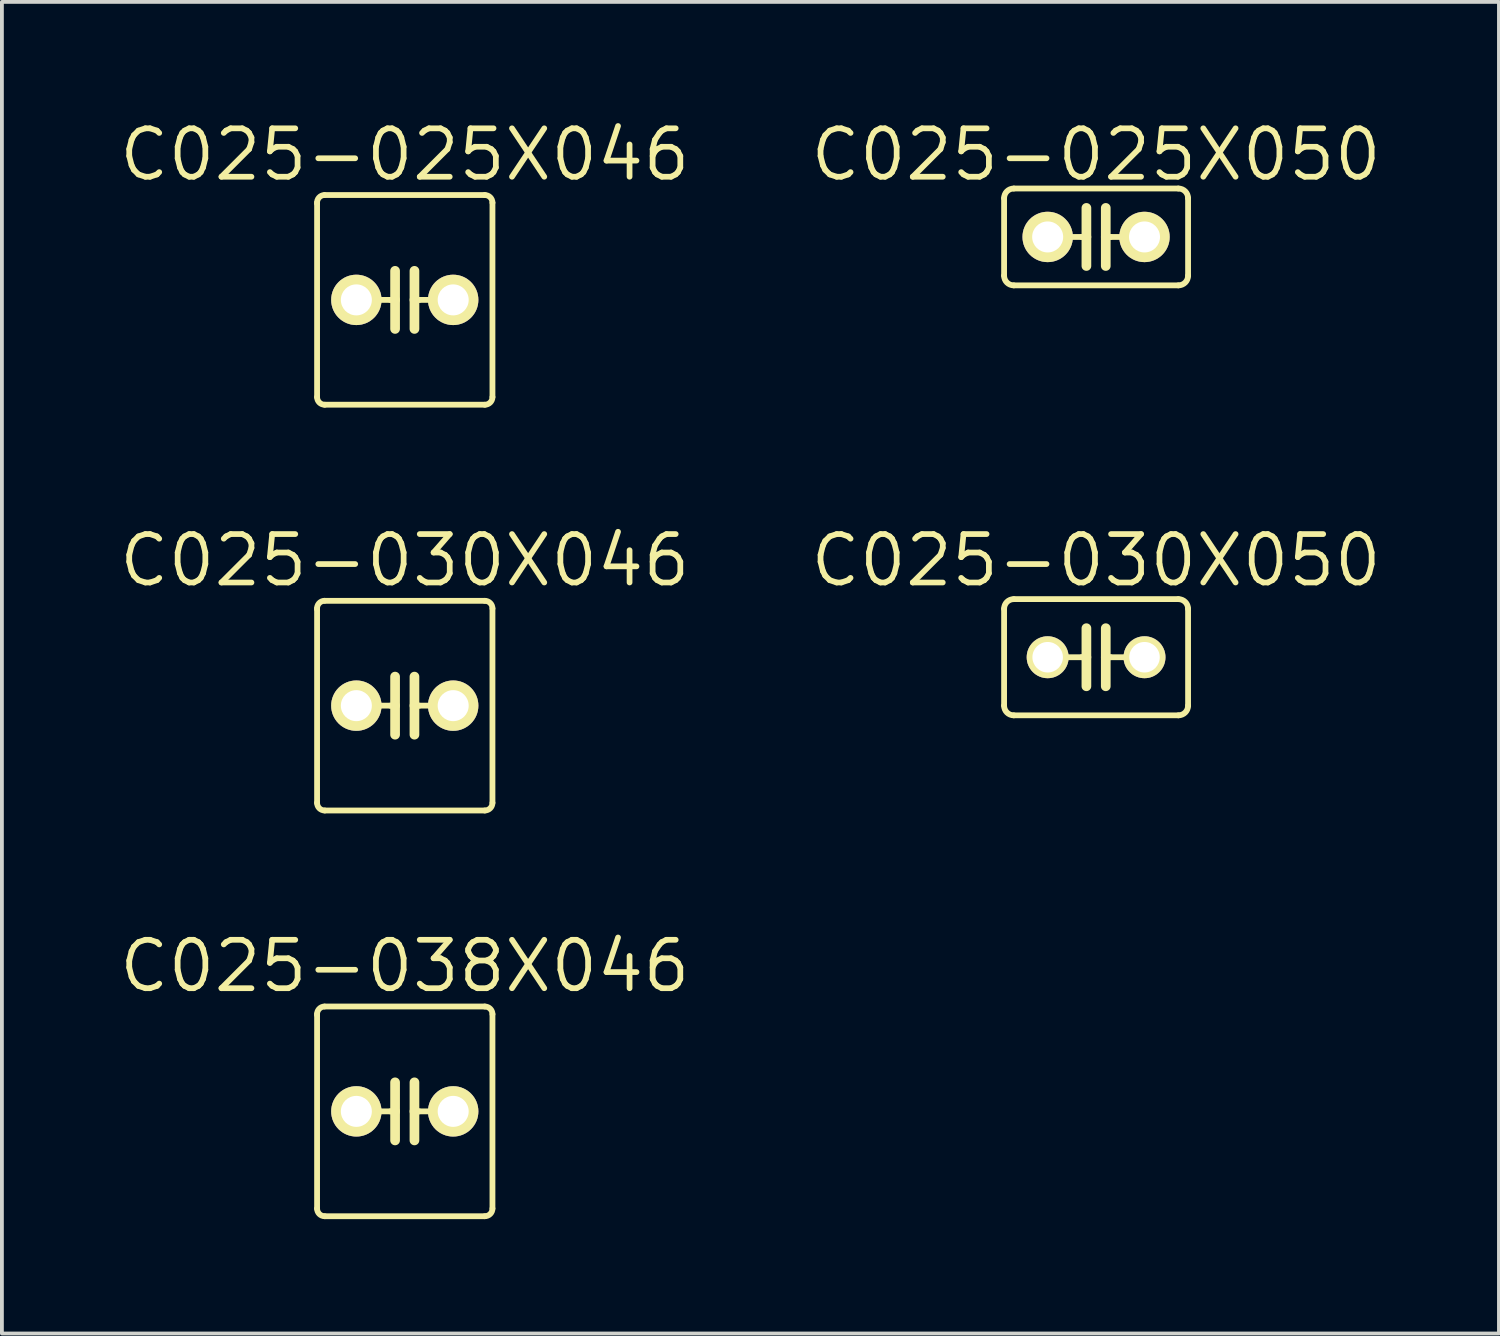
<source format=kicad_pcb>
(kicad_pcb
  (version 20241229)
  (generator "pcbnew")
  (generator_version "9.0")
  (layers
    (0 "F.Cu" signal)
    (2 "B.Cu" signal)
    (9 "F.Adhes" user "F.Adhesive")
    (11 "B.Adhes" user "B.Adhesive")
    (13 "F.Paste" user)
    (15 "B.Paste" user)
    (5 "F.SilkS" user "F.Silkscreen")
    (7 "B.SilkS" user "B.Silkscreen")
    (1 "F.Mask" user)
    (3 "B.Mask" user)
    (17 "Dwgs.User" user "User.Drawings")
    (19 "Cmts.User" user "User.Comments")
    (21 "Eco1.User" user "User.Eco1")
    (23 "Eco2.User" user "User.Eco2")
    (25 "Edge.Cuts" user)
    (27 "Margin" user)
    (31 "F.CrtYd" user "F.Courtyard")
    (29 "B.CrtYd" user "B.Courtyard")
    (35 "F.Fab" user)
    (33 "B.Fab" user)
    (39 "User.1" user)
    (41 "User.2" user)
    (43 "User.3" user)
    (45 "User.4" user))
  (footprint "C025-030X050"
    (layer "F.Cu")
    (at 25.7 14.189)
    (property "Reference" "C025-030X050" (at 0 -2.54 0) (layer "F.SilkS") (effects (font (size 1.27 1.27) (thickness 0.15))))
    (attr exclude_from_pos_files exclude_from_bom)
    (fp_line (start -2.413 -1.27) (end -2.413 1.27) (stroke (width 0.152) (type solid)) (layer "F.SilkS"))
    (fp_line (start -2.159 -1.524) (end 2.159 -1.524) (stroke (width 0.152) (type solid)) (layer "F.SilkS"))
    (fp_line (start -0.381 0) (end -0.762 0) (stroke (width 0.152) (type solid)) (layer "F.SilkS"))
    (fp_line (start -0.254 -0.762) (end -0.254 0) (stroke (width 0.254) (type solid)) (layer "F.SilkS"))
    (fp_line (start -0.254 0) (end -0.381 0) (stroke (width 0.152) (type solid)) (layer "F.SilkS"))
    (fp_line (start -0.254 0) (end -0.254 0.762) (stroke (width 0.254) (type solid)) (layer "F.SilkS"))
    (fp_line (start 0.254 0) (end 0.254 -0.762) (stroke (width 0.254) (type solid)) (layer "F.SilkS"))
    (fp_line (start 0.254 0) (end 0.254 0.762) (stroke (width 0.254) (type solid)) (layer "F.SilkS"))
    (fp_line (start 0.381 0) (end 0.254 0) (stroke (width 0.152) (type solid)) (layer "F.SilkS"))
    (fp_line (start 0.762 0) (end 0.381 0) (stroke (width 0.152) (type solid)) (layer "F.SilkS"))
    (fp_line (start 2.159 1.524) (end -2.159 1.524) (stroke (width 0.152) (type solid)) (layer "F.SilkS"))
    (fp_line (start 2.413 -1.27) (end 2.413 1.27) (stroke (width 0.152) (type solid)) (layer "F.SilkS"))
    (fp_arc (start -2.413 -1.27) (mid -2.338605 -1.449605) (end -2.159 -1.524) (stroke (width 0.1524) (type solid)) (layer "F.SilkS"))
    (fp_arc (start -2.159 1.524) (mid -2.338605 1.449605) (end -2.413 1.27) (stroke (width 0.1524) (type solid)) (layer "F.SilkS"))
    (fp_arc (start 2.159 -1.524) (mid 2.338605 -1.449605) (end 2.413 -1.27) (stroke (width 0.1524) (type solid)) (layer "F.SilkS"))
    (fp_arc (start 2.413 1.27) (mid 2.338605 1.449605) (end 2.159 1.524) (stroke (width 0.1524) (type solid)) (layer "F.SilkS"))
    (pad "1" thru_hole circle (at -1.27 0) (size 1.1 1.1) (drill 0.8) (layers "*.Cu" "*.Mask" "F.SilkS" "F.Paste"))
    (pad "2" thru_hole circle (at 1.27 0) (size 1.1 1.1) (drill 0.8) (layers "*.Cu" "*.Mask" "F.SilkS" "F.Paste")))
  (footprint "C025-038X046"
    (layer "F.Cu")
    (at 7.567 26.101)
    (property "Reference" "C025-038X046" (at 0 -3.81 0) (layer "F.SilkS") (effects (font (size 1.27 1.27) (thickness 0.15))))
    (attr exclude_from_pos_files exclude_from_bom)
    (fp_line (start -2.3 -2.55) (end -2.3 2.55) (stroke (width 0.152) (type solid)) (layer "F.SilkS"))
    (fp_line (start -2.1 -2.75) (end 2.1 -2.75) (stroke (width 0.152) (type solid)) (layer "F.SilkS"))
    (fp_line (start -0.381 0) (end -0.762 0) (stroke (width 0.152) (type solid)) (layer "F.SilkS"))
    (fp_line (start -0.254 -0.762) (end -0.254 0) (stroke (width 0.254) (type solid)) (layer "F.SilkS"))
    (fp_line (start -0.254 0) (end -0.381 0) (stroke (width 0.152) (type solid)) (layer "F.SilkS"))
    (fp_line (start -0.254 0) (end -0.254 0.762) (stroke (width 0.254) (type solid)) (layer "F.SilkS"))
    (fp_line (start 0.254 0) (end 0.254 -0.762) (stroke (width 0.254) (type solid)) (layer "F.SilkS"))
    (fp_line (start 0.254 0) (end 0.254 0.762) (stroke (width 0.254) (type solid)) (layer "F.SilkS"))
    (fp_line (start 0.381 0) (end 0.254 0) (stroke (width 0.152) (type solid)) (layer "F.SilkS"))
    (fp_line (start 0.762 0) (end 0.381 0) (stroke (width 0.152) (type solid)) (layer "F.SilkS"))
    (fp_line (start 2.1 2.75) (end -2.1 2.75) (stroke (width 0.152) (type solid)) (layer "F.SilkS"))
    (fp_line (start 2.3 -2.55) (end 2.3 2.55) (stroke (width 0.152) (type solid)) (layer "F.SilkS"))
    (fp_arc (start -2.3 -2.53) (mid -2.252178 -2.681308) (end -2.109505 -2.750773) (stroke (width 0.1524) (type solid)) (layer "F.SilkS"))
    (fp_arc (start -2.1 2.75) (mid -2.241421 2.691421) (end -2.3 2.55) (stroke (width 0.1524) (type solid)) (layer "F.SilkS"))
    (fp_arc (start 2.1 -2.75) (mid 2.241421 -2.691421) (end 2.3 -2.55) (stroke (width 0.1524) (type solid)) (layer "F.SilkS"))
    (fp_arc (start 2.3 2.55) (mid 2.241421 2.691421) (end 2.1 2.75) (stroke (width 0.1524) (type solid)) (layer "F.SilkS"))
    (pad "1" thru_hole circle (at -1.27 0) (size 1.321 1.321) (drill 0.813) (layers "*.Cu" "*.Mask" "F.SilkS" "F.Paste"))
    (pad "2" thru_hole circle (at 1.27 0) (size 1.321 1.321) (drill 0.813) (layers "*.Cu" "*.Mask" "F.SilkS" "F.Paste")))
  (footprint "C025-025X046"
    (layer "F.Cu")
    (at 7.567 4.816)
    (property "Reference" "C025-025X046" (at 0 -3.81 0) (layer "F.SilkS") (effects (font (size 1.27 1.27) (thickness 0.15))))
    (attr exclude_from_pos_files exclude_from_bom)
    (fp_line (start -2.3 -2.55) (end -2.3 2.55) (stroke (width 0.152) (type solid)) (layer "F.SilkS"))
    (fp_line (start -2.1 -2.75) (end 2.1 -2.75) (stroke (width 0.152) (type solid)) (layer "F.SilkS"))
    (fp_line (start -0.381 0) (end -0.762 0) (stroke (width 0.152) (type solid)) (layer "F.SilkS"))
    (fp_line (start -0.254 -0.762) (end -0.254 0) (stroke (width 0.254) (type solid)) (layer "F.SilkS"))
    (fp_line (start -0.254 0) (end -0.381 0) (stroke (width 0.152) (type solid)) (layer "F.SilkS"))
    (fp_line (start -0.254 0) (end -0.254 0.762) (stroke (width 0.254) (type solid)) (layer "F.SilkS"))
    (fp_line (start 0.254 0) (end 0.254 -0.762) (stroke (width 0.254) (type solid)) (layer "F.SilkS"))
    (fp_line (start 0.254 0) (end 0.254 0.762) (stroke (width 0.254) (type solid)) (layer "F.SilkS"))
    (fp_line (start 0.381 0) (end 0.254 0) (stroke (width 0.152) (type solid)) (layer "F.SilkS"))
    (fp_line (start 0.762 0) (end 0.381 0) (stroke (width 0.152) (type solid)) (layer "F.SilkS"))
    (fp_line (start 2.1 2.75) (end -2.1 2.75) (stroke (width 0.152) (type solid)) (layer "F.SilkS"))
    (fp_line (start 2.3 -2.55) (end 2.3 2.55) (stroke (width 0.152) (type solid)) (layer "F.SilkS"))
    (fp_arc (start -2.3 -2.53) (mid -2.252178 -2.681308) (end -2.109505 -2.750773) (stroke (width 0.1524) (type solid)) (layer "F.SilkS"))
    (fp_arc (start -2.1 2.75) (mid -2.241421 2.691421) (end -2.3 2.55) (stroke (width 0.1524) (type solid)) (layer "F.SilkS"))
    (fp_arc (start 2.1 -2.75) (mid 2.241421 -2.691421) (end 2.3 -2.55) (stroke (width 0.1524) (type solid)) (layer "F.SilkS"))
    (fp_arc (start 2.3 2.55) (mid 2.241421 2.691421) (end 2.1 2.75) (stroke (width 0.1524) (type solid)) (layer "F.SilkS"))
    (pad "1" thru_hole circle (at -1.27 0) (size 1.321 1.321) (drill 0.813) (layers "*.Cu" "*.Mask" "F.SilkS" "F.Paste"))
    (pad "2" thru_hole circle (at 1.27 0) (size 1.321 1.321) (drill 0.813) (layers "*.Cu" "*.Mask" "F.SilkS" "F.Paste")))
  (footprint "C025-025X050"
    (layer "F.Cu")
    (at 25.7 3.165)
    (property "Reference" "C025-025X050" (at 0 -2.159 0) (layer "F.SilkS") (effects (font (size 1.27 1.27) (thickness 0.15))))
    (attr exclude_from_pos_files exclude_from_bom)
    (fp_line (start -2.413 -1.016) (end -2.413 1.016) (stroke (width 0.152) (type solid)) (layer "F.SilkS"))
    (fp_line (start -2.159 -1.27) (end 2.159 -1.27) (stroke (width 0.152) (type solid)) (layer "F.SilkS"))
    (fp_line (start -0.381 0) (end -0.762 0) (stroke (width 0.152) (type solid)) (layer "F.SilkS"))
    (fp_line (start -0.254 -0.762) (end -0.254 0) (stroke (width 0.254) (type solid)) (layer "F.SilkS"))
    (fp_line (start -0.254 0) (end -0.381 0) (stroke (width 0.152) (type solid)) (layer "F.SilkS"))
    (fp_line (start -0.254 0) (end -0.254 0.762) (stroke (width 0.254) (type solid)) (layer "F.SilkS"))
    (fp_line (start 0.254 0) (end 0.254 -0.762) (stroke (width 0.254) (type solid)) (layer "F.SilkS"))
    (fp_line (start 0.254 0) (end 0.254 0.762) (stroke (width 0.254) (type solid)) (layer "F.SilkS"))
    (fp_line (start 0.381 0) (end 0.254 0) (stroke (width 0.152) (type solid)) (layer "F.SilkS"))
    (fp_line (start 0.762 0) (end 0.381 0) (stroke (width 0.152) (type solid)) (layer "F.SilkS"))
    (fp_line (start 2.159 1.27) (end -2.159 1.27) (stroke (width 0.152) (type solid)) (layer "F.SilkS"))
    (fp_line (start 2.413 -1.016) (end 2.413 1.016) (stroke (width 0.152) (type solid)) (layer "F.SilkS"))
    (fp_arc (start -2.413 -1.016) (mid -2.338605 -1.195605) (end -2.159 -1.27) (stroke (width 0.1524) (type solid)) (layer "F.SilkS"))
    (fp_arc (start -2.159 1.27) (mid -2.338605 1.195605) (end -2.413 1.016) (stroke (width 0.1524) (type solid)) (layer "F.SilkS"))
    (fp_arc (start 2.159 -1.27) (mid 2.338605 -1.195605) (end 2.413 -1.016) (stroke (width 0.1524) (type solid)) (layer "F.SilkS"))
    (fp_arc (start 2.413 1.016) (mid 2.338605 1.195605) (end 2.159 1.27) (stroke (width 0.1524) (type solid)) (layer "F.SilkS"))
    (pad "1" thru_hole circle (at -1.27 0) (size 1.321 1.321) (drill 0.813) (layers "*.Cu" "*.Mask" "F.SilkS" "F.Paste"))
    (pad "2" thru_hole circle (at 1.27 0) (size 1.321 1.321) (drill 0.813) (layers "*.Cu" "*.Mask" "F.SilkS" "F.Paste")))
  (footprint "C025-030X046"
    (layer "F.Cu")
    (at 7.567 15.459)
    (property "Reference" "C025-030X046" (at 0 -3.81 0) (layer "F.SilkS") (effects (font (size 1.27 1.27) (thickness 0.15))))
    (attr exclude_from_pos_files exclude_from_bom)
    (fp_line (start -2.3 -2.55) (end -2.3 2.55) (stroke (width 0.152) (type solid)) (layer "F.SilkS"))
    (fp_line (start -2.1 -2.75) (end 2.1 -2.75) (stroke (width 0.152) (type solid)) (layer "F.SilkS"))
    (fp_line (start -0.381 0) (end -0.762 0) (stroke (width 0.152) (type solid)) (layer "F.SilkS"))
    (fp_line (start -0.254 -0.762) (end -0.254 0) (stroke (width 0.254) (type solid)) (layer "F.SilkS"))
    (fp_line (start -0.254 0) (end -0.381 0) (stroke (width 0.152) (type solid)) (layer "F.SilkS"))
    (fp_line (start -0.254 0) (end -0.254 0.762) (stroke (width 0.254) (type solid)) (layer "F.SilkS"))
    (fp_line (start 0.254 0) (end 0.254 -0.762) (stroke (width 0.254) (type solid)) (layer "F.SilkS"))
    (fp_line (start 0.254 0) (end 0.254 0.762) (stroke (width 0.254) (type solid)) (layer "F.SilkS"))
    (fp_line (start 0.381 0) (end 0.254 0) (stroke (width 0.152) (type solid)) (layer "F.SilkS"))
    (fp_line (start 0.762 0) (end 0.381 0) (stroke (width 0.152) (type solid)) (layer "F.SilkS"))
    (fp_line (start 2.1 2.75) (end -2.1 2.75) (stroke (width 0.152) (type solid)) (layer "F.SilkS"))
    (fp_line (start 2.3 -2.55) (end 2.3 2.55) (stroke (width 0.152) (type solid)) (layer "F.SilkS"))
    (fp_arc (start -2.3 -2.53) (mid -2.252178 -2.681308) (end -2.109505 -2.750773) (stroke (width 0.1524) (type solid)) (layer "F.SilkS"))
    (fp_arc (start -2.1 2.75) (mid -2.241421 2.691421) (end -2.3 2.55) (stroke (width 0.1524) (type solid)) (layer "F.SilkS"))
    (fp_arc (start 2.1 -2.75) (mid 2.241421 -2.691421) (end 2.3 -2.55) (stroke (width 0.1524) (type solid)) (layer "F.SilkS"))
    (fp_arc (start 2.3 2.55) (mid 2.241421 2.691421) (end 2.1 2.75) (stroke (width 0.1524) (type solid)) (layer "F.SilkS"))
    (pad "1" thru_hole circle (at -1.27 0) (size 1.321 1.321) (drill 0.813) (layers "*.Cu" "*.Mask" "F.SilkS" "F.Paste"))
    (pad "2" thru_hole circle (at 1.27 0) (size 1.321 1.321) (drill 0.813) (layers "*.Cu" "*.Mask" "F.SilkS" "F.Paste")))
  (gr_rect
    (start -3 -3)
    (end 36.267 31.927)
    (stroke (width 0.1) (type default))
    (fill no)
    (layer "Edge.Cuts")))
</source>
